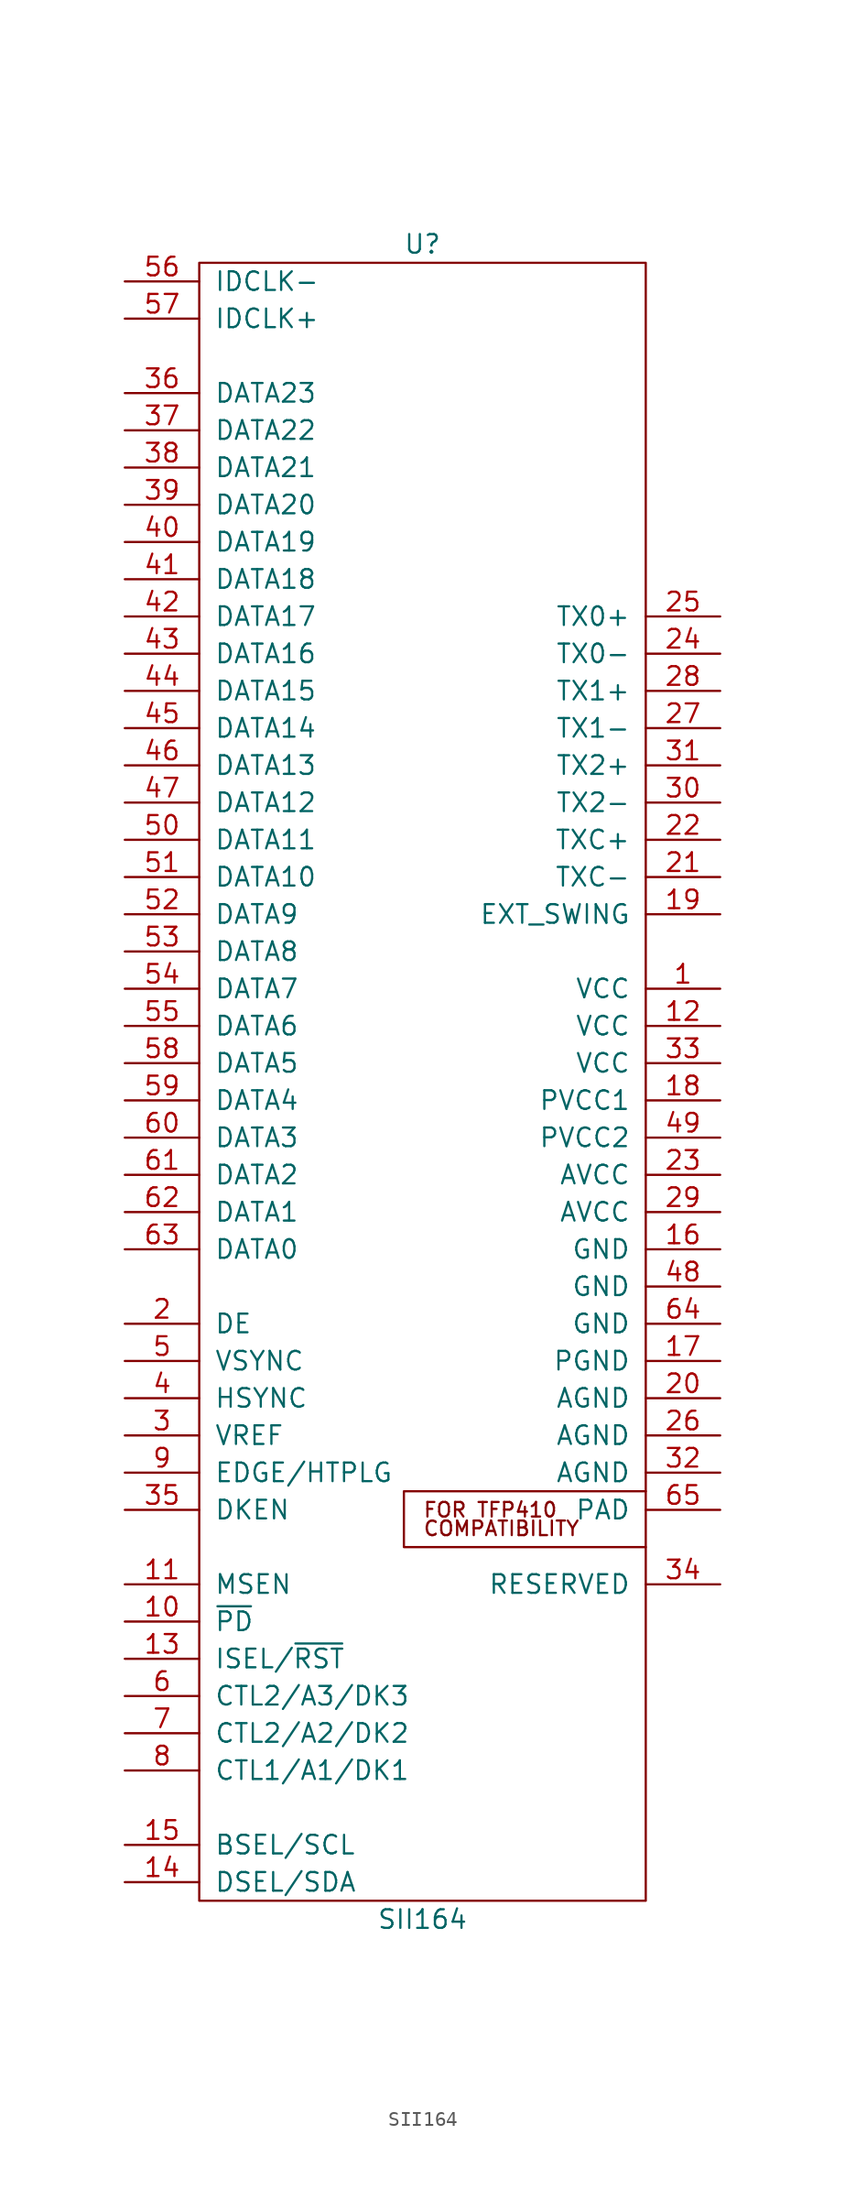
<source format=kicad_sym>
(kicad_symbol_lib
  (version 20201005)
  (generator kicad_symbol_editor)
  (symbol "pkl_lattice:SII164"
    (pin_names
      (offset 1.016))
    (property "Reference" "U"
      (at 0 55.88 0)
      (effects (font (size 1.27 1.27))))
    (property "Value" "SII164"
      (at 0 -58.42 0)
      (effects (font (size 1.27 1.27))))
    (symbol "SII164_0_0"
      (text "COMPATIBILITY" (at 0 -31.75 0) (effects (font (size 0.991 0.991)) (justify left)))
      (text "FOR TFP410 " (at 0 -30.48 0) (effects (font (size 0.991 0.991)) (justify left)))
      (polyline (pts (xy 15.24 -29.21) (xy 0 -29.21) (xy -1.27 -29.21) (xy -1.27 -33.02) (xy 15.24 -33.02)) (stroke (width 0)) (fill (type none))))
    (symbol "SII164_0_1"
      (rectangle (start -15.24 54.61) (end 15.24 -57.15) (stroke (width 0)) (fill (type none))))
    (symbol "SII164_1_1"
      (pin power_in line (at 20.32 5.08 180) (length 5.08) (name "VCC" (effects (font (size 1.27 1.27)))) (number "1" (effects (font (size 1.27 1.27)))))
      (pin input line (at -20.32 -38.1 0) (length 5.08) (name "~PD" (effects (font (size 1.27 1.27)))) (number "10" (effects (font (size 1.27 1.27)))))
      (pin output line (at -20.32 -35.56 0) (length 5.08) (name "MSEN" (effects (font (size 1.27 1.27)))) (number "11" (effects (font (size 1.27 1.27)))))
      (pin power_in line (at 20.32 2.54 180) (length 5.08) (name "VCC" (effects (font (size 1.27 1.27)))) (number "12" (effects (font (size 1.27 1.27)))))
      (pin input line (at -20.32 -40.64 0) (length 5.08) (name "ISEL/~RST" (effects (font (size 1.27 1.27)))) (number "13" (effects (font (size 1.27 1.27)))))
      (pin input line (at -20.32 -55.88 0) (length 5.08) (name "DSEL/SDA" (effects (font (size 1.27 1.27)))) (number "14" (effects (font (size 1.27 1.27)))))
      (pin input line (at -20.32 -53.34 0) (length 5.08) (name "BSEL/SCL" (effects (font (size 1.27 1.27)))) (number "15" (effects (font (size 1.27 1.27)))))
      (pin power_in line (at 20.32 -12.7 180) (length 5.08) (name "GND" (effects (font (size 1.27 1.27)))) (number "16" (effects (font (size 1.27 1.27)))))
      (pin power_in line (at 20.32 -20.32 180) (length 5.08) (name "PGND" (effects (font (size 1.27 1.27)))) (number "17" (effects (font (size 1.27 1.27)))))
      (pin power_in line (at 20.32 -2.54 180) (length 5.08) (name "PVCC1" (effects (font (size 1.27 1.27)))) (number "18" (effects (font (size 1.27 1.27)))))
      (pin input line (at 20.32 10.16 180) (length 5.08) (name "EXT_SWING" (effects (font (size 1.27 1.27)))) (number "19" (effects (font (size 1.27 1.27)))))
      (pin input line (at -20.32 -17.78 0) (length 5.08) (name "DE" (effects (font (size 1.27 1.27)))) (number "2" (effects (font (size 1.27 1.27)))))
      (pin power_in line (at 20.32 -22.86 180) (length 5.08) (name "AGND" (effects (font (size 1.27 1.27)))) (number "20" (effects (font (size 1.27 1.27)))))
      (pin output line (at 20.32 12.7 180) (length 5.08) (name "TXC-" (effects (font (size 1.27 1.27)))) (number "21" (effects (font (size 1.27 1.27)))))
      (pin output line (at 20.32 15.24 180) (length 5.08) (name "TXC+" (effects (font (size 1.27 1.27)))) (number "22" (effects (font (size 1.27 1.27)))))
      (pin power_in line (at 20.32 -7.62 180) (length 5.08) (name "AVCC" (effects (font (size 1.27 1.27)))) (number "23" (effects (font (size 1.27 1.27)))))
      (pin output line (at 20.32 27.94 180) (length 5.08) (name "TX0-" (effects (font (size 1.27 1.27)))) (number "24" (effects (font (size 1.27 1.27)))))
      (pin output line (at 20.32 30.48 180) (length 5.08) (name "TX0+" (effects (font (size 1.27 1.27)))) (number "25" (effects (font (size 1.27 1.27)))))
      (pin power_in line (at 20.32 -25.4 180) (length 5.08) (name "AGND" (effects (font (size 1.27 1.27)))) (number "26" (effects (font (size 1.27 1.27)))))
      (pin output line (at 20.32 22.86 180) (length 5.08) (name "TX1-" (effects (font (size 1.27 1.27)))) (number "27" (effects (font (size 1.27 1.27)))))
      (pin output line (at 20.32 25.4 180) (length 5.08) (name "TX1+" (effects (font (size 1.27 1.27)))) (number "28" (effects (font (size 1.27 1.27)))))
      (pin power_in line (at 20.32 -10.16 180) (length 5.08) (name "AVCC" (effects (font (size 1.27 1.27)))) (number "29" (effects (font (size 1.27 1.27)))))
      (pin input line (at -20.32 -25.4 0) (length 5.08) (name "VREF" (effects (font (size 1.27 1.27)))) (number "3" (effects (font (size 1.27 1.27)))))
      (pin output line (at 20.32 17.78 180) (length 5.08) (name "TX2-" (effects (font (size 1.27 1.27)))) (number "30" (effects (font (size 1.27 1.27)))))
      (pin output line (at 20.32 20.32 180) (length 5.08) (name "TX2+" (effects (font (size 1.27 1.27)))) (number "31" (effects (font (size 1.27 1.27)))))
      (pin power_in line (at 20.32 -27.94 180) (length 5.08) (name "AGND" (effects (font (size 1.27 1.27)))) (number "32" (effects (font (size 1.27 1.27)))))
      (pin power_in line (at 20.32 0 180) (length 5.08) (name "VCC" (effects (font (size 1.27 1.27)))) (number "33" (effects (font (size 1.27 1.27)))))
      (pin input line (at 20.32 -35.56 180) (length 5.08) (name "RESERVED" (effects (font (size 1.27 1.27)))) (number "34" (effects (font (size 1.27 1.27)))))
      (pin input line (at -20.32 -30.48 0) (length 5.08) (name "DKEN" (effects (font (size 1.27 1.27)))) (number "35" (effects (font (size 1.27 1.27)))))
      (pin input line (at -20.32 45.72 0) (length 5.08) (name "DATA23" (effects (font (size 1.27 1.27)))) (number "36" (effects (font (size 1.27 1.27)))))
      (pin input line (at -20.32 43.18 0) (length 5.08) (name "DATA22" (effects (font (size 1.27 1.27)))) (number "37" (effects (font (size 1.27 1.27)))))
      (pin input line (at -20.32 40.64 0) (length 5.08) (name "DATA21" (effects (font (size 1.27 1.27)))) (number "38" (effects (font (size 1.27 1.27)))))
      (pin input line (at -20.32 38.1 0) (length 5.08) (name "DATA20" (effects (font (size 1.27 1.27)))) (number "39" (effects (font (size 1.27 1.27)))))
      (pin input line (at -20.32 -22.86 0) (length 5.08) (name "HSYNC" (effects (font (size 1.27 1.27)))) (number "4" (effects (font (size 1.27 1.27)))))
      (pin input line (at -20.32 35.56 0) (length 5.08) (name "DATA19" (effects (font (size 1.27 1.27)))) (number "40" (effects (font (size 1.27 1.27)))))
      (pin input line (at -20.32 33.02 0) (length 5.08) (name "DATA18" (effects (font (size 1.27 1.27)))) (number "41" (effects (font (size 1.27 1.27)))))
      (pin input line (at -20.32 30.48 0) (length 5.08) (name "DATA17" (effects (font (size 1.27 1.27)))) (number "42" (effects (font (size 1.27 1.27)))))
      (pin input line (at -20.32 27.94 0) (length 5.08) (name "DATA16" (effects (font (size 1.27 1.27)))) (number "43" (effects (font (size 1.27 1.27)))))
      (pin input line (at -20.32 25.4 0) (length 5.08) (name "DATA15" (effects (font (size 1.27 1.27)))) (number "44" (effects (font (size 1.27 1.27)))))
      (pin input line (at -20.32 22.86 0) (length 5.08) (name "DATA14" (effects (font (size 1.27 1.27)))) (number "45" (effects (font (size 1.27 1.27)))))
      (pin input line (at -20.32 20.32 0) (length 5.08) (name "DATA13" (effects (font (size 1.27 1.27)))) (number "46" (effects (font (size 1.27 1.27)))))
      (pin input line (at -20.32 17.78 0) (length 5.08) (name "DATA12" (effects (font (size 1.27 1.27)))) (number "47" (effects (font (size 1.27 1.27)))))
      (pin power_in line (at 20.32 -15.24 180) (length 5.08) (name "GND" (effects (font (size 1.27 1.27)))) (number "48" (effects (font (size 1.27 1.27)))))
      (pin power_in line (at 20.32 -5.08 180) (length 5.08) (name "PVCC2" (effects (font (size 1.27 1.27)))) (number "49" (effects (font (size 1.27 1.27)))))
      (pin input line (at -20.32 -20.32 0) (length 5.08) (name "VSYNC" (effects (font (size 1.27 1.27)))) (number "5" (effects (font (size 1.27 1.27)))))
      (pin input line (at -20.32 15.24 0) (length 5.08) (name "DATA11" (effects (font (size 1.27 1.27)))) (number "50" (effects (font (size 1.27 1.27)))))
      (pin input line (at -20.32 12.7 0) (length 5.08) (name "DATA10" (effects (font (size 1.27 1.27)))) (number "51" (effects (font (size 1.27 1.27)))))
      (pin input line (at -20.32 10.16 0) (length 5.08) (name "DATA9" (effects (font (size 1.27 1.27)))) (number "52" (effects (font (size 1.27 1.27)))))
      (pin input line (at -20.32 7.62 0) (length 5.08) (name "DATA8" (effects (font (size 1.27 1.27)))) (number "53" (effects (font (size 1.27 1.27)))))
      (pin input line (at -20.32 5.08 0) (length 5.08) (name "DATA7" (effects (font (size 1.27 1.27)))) (number "54" (effects (font (size 1.27 1.27)))))
      (pin input line (at -20.32 2.54 0) (length 5.08) (name "DATA6" (effects (font (size 1.27 1.27)))) (number "55" (effects (font (size 1.27 1.27)))))
      (pin input line (at -20.32 53.34 0) (length 5.08) (name "IDCLK-" (effects (font (size 1.27 1.27)))) (number "56" (effects (font (size 1.27 1.27)))))
      (pin input line (at -20.32 50.8 0) (length 5.08) (name "IDCLK+" (effects (font (size 1.27 1.27)))) (number "57" (effects (font (size 1.27 1.27)))))
      (pin input line (at -20.32 0 0) (length 5.08) (name "DATA5" (effects (font (size 1.27 1.27)))) (number "58" (effects (font (size 1.27 1.27)))))
      (pin input line (at -20.32 -2.54 0) (length 5.08) (name "DATA4" (effects (font (size 1.27 1.27)))) (number "59" (effects (font (size 1.27 1.27)))))
      (pin input line (at -20.32 -43.18 0) (length 5.08) (name "CTL2/A3/DK3" (effects (font (size 1.27 1.27)))) (number "6" (effects (font (size 1.27 1.27)))))
      (pin input line (at -20.32 -5.08 0) (length 5.08) (name "DATA3" (effects (font (size 1.27 1.27)))) (number "60" (effects (font (size 1.27 1.27)))))
      (pin input line (at -20.32 -7.62 0) (length 5.08) (name "DATA2" (effects (font (size 1.27 1.27)))) (number "61" (effects (font (size 1.27 1.27)))))
      (pin input line (at -20.32 -10.16 0) (length 5.08) (name "DATA1" (effects (font (size 1.27 1.27)))) (number "62" (effects (font (size 1.27 1.27)))))
      (pin input line (at -20.32 -12.7 0) (length 5.08) (name "DATA0" (effects (font (size 1.27 1.27)))) (number "63" (effects (font (size 1.27 1.27)))))
      (pin power_in line (at 20.32 -17.78 180) (length 5.08) (name "GND" (effects (font (size 1.27 1.27)))) (number "64" (effects (font (size 1.27 1.27)))))
      (pin power_in line (at 20.32 -30.48 180) (length 5.08) (name "PAD" (effects (font (size 1.27 1.27)))) (number "65" (effects (font (size 1.27 1.27)))))
      (pin input line (at -20.32 -45.72 0) (length 5.08) (name "CTL2/A2/DK2" (effects (font (size 1.27 1.27)))) (number "7" (effects (font (size 1.27 1.27)))))
      (pin input line (at -20.32 -48.26 0) (length 5.08) (name "CTL1/A1/DK1" (effects (font (size 1.27 1.27)))) (number "8" (effects (font (size 1.27 1.27)))))
      (pin input line (at -20.32 -27.94 0) (length 5.08) (name "EDGE/HTPLG" (effects (font (size 1.27 1.27)))) (number "9" (effects (font (size 1.27 1.27))))))))
</source>
